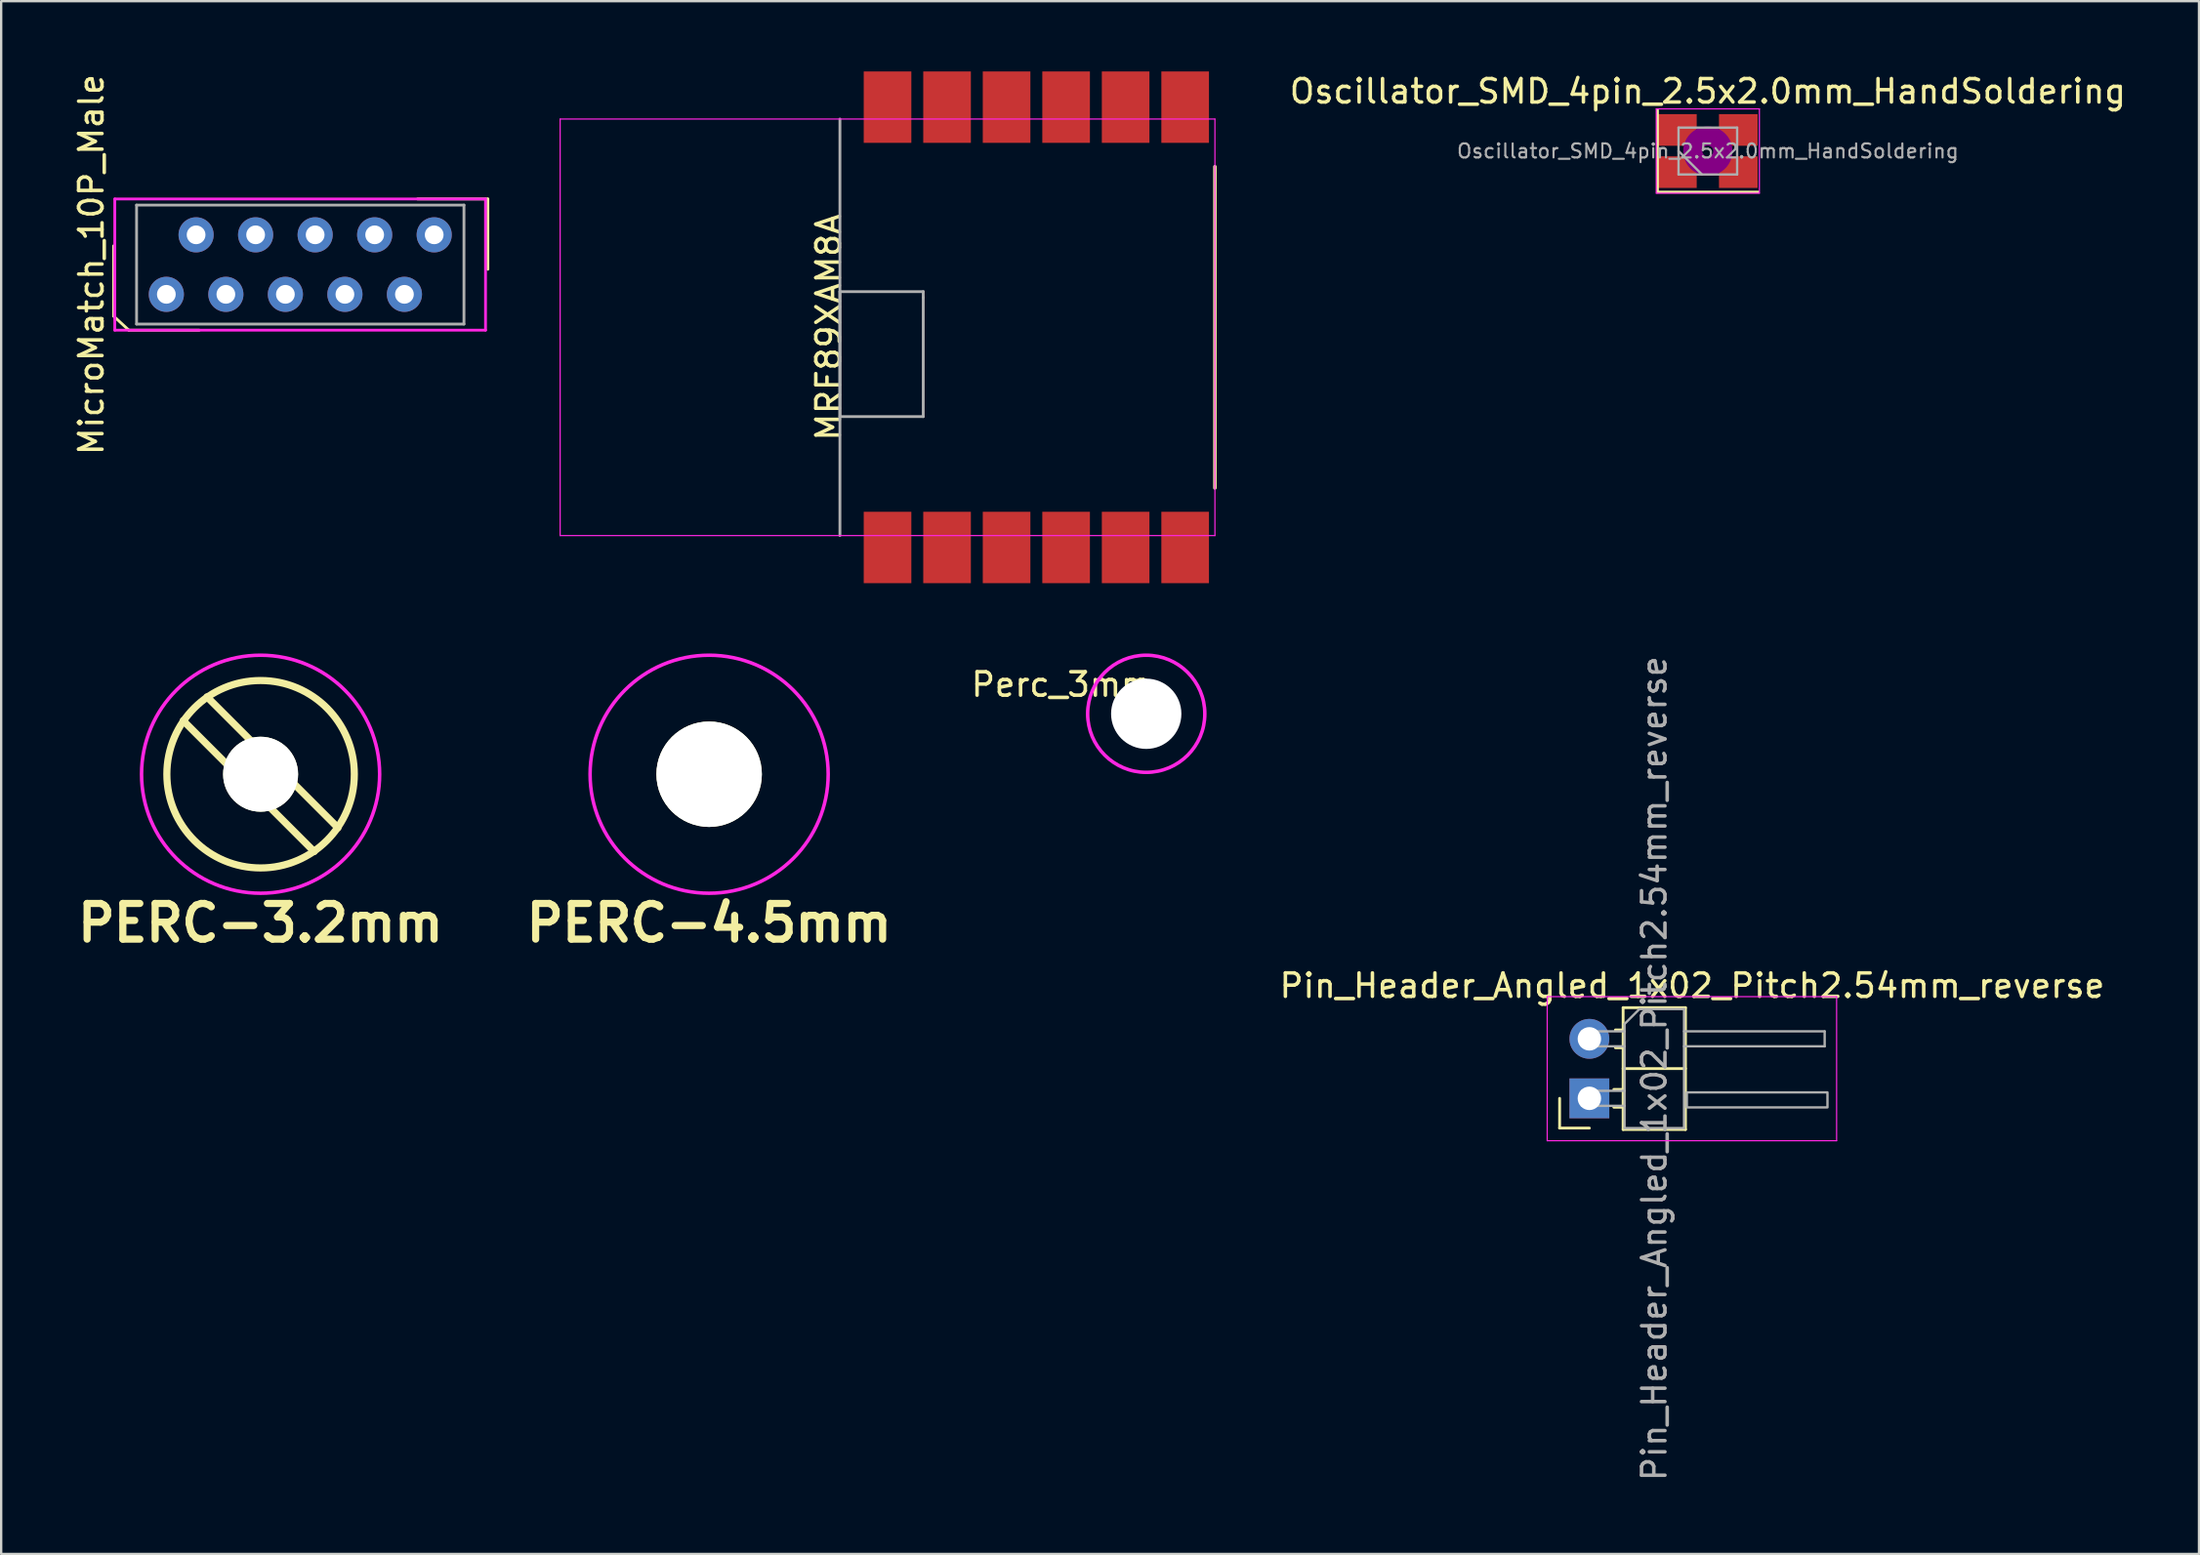
<source format=kicad_pcb>
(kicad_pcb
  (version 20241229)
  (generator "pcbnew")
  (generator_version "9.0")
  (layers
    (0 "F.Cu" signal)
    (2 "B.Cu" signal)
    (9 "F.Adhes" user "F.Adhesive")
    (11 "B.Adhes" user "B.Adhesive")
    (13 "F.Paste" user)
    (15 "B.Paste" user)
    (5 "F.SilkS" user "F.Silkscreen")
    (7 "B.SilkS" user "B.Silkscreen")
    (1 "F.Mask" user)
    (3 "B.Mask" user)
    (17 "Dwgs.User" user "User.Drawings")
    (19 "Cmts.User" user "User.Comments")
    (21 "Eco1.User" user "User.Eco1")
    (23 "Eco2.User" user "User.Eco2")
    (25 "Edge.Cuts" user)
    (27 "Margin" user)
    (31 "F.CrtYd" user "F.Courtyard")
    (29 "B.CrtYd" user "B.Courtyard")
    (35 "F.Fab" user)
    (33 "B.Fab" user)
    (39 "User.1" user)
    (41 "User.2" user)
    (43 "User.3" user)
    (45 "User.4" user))
  (footprint "Perc_3mm"
    (layer "F.Cu")
    (at 45.862 27.419)
    (property "Reference" "Perc_3mm" (at -3.6 -1.25 0) (layer "F.SilkS") (effects (font (size 1 1) (thickness 0.15))))
    (attr through_hole)
    (fp_circle (center 0 0) (end 2.5 0) (stroke (width 0.15) (type solid)) (fill no) (layer "F.CrtYd"))
    (pad "" np_thru_hole circle (at 0 0) (size 3 3) (drill 3) (layers "*.Cu" "*.Mask")))
  (footprint "PERC-3.2mm"
    (layer "F.Cu")
    (at 8.07 29.999)
    (property "Reference" "PERC-3.2mm" (at 0 6.35 0) (layer "F.SilkS") (effects (font (size 1.524 1.524) (thickness 0.305))))
    (attr through_hole)
    (fp_line (start -3.302 -2.286) (end 2.286 3.302) (stroke (width 0.305) (type solid)) (layer "F.SilkS"))
    (fp_line (start -2.286 -3.302) (end 3.302 2.286) (stroke (width 0.305) (type solid)) (layer "F.SilkS"))
    (fp_circle (center 0 0) (end 4 0) (stroke (width 0.305) (type solid)) (fill no) (layer "F.SilkS"))
    (fp_circle (center 0 0) (end 5.08 0) (stroke (width 0.15) (type solid)) (fill no) (layer "F.CrtYd"))
    (pad "" np_thru_hole circle (at 0 0) (size 3.2 3.2) (drill 3.2) (layers "*.Cu" "*.Mask" "F.SilkS")))
  (footprint "MRF89XAM8A"
    (layer "F.Cu")
    (at 41.173 10.922)
    (property "Reference" "MRF89XAM8A" (at -8.866 0 90) (layer "F.SilkS") (effects (font (size 1 1) (thickness 0.15))))
    (attr smd)
    (fp_line (start 7.62 -6.858) (end 7.62 6.858) (stroke (width 0.15) (type solid)) (layer "F.SilkS"))
    (fp_line (start -20.32 -8.89) (end -20.32 8.89) (stroke (width 0.05) (type solid)) (layer "F.CrtYd"))
    (fp_line (start -20.32 -8.89) (end 7.62 -8.89) (stroke (width 0.05) (type solid)) (layer "F.CrtYd"))
    (fp_line (start 7.62 -8.89) (end 7.62 8.89) (stroke (width 0.05) (type solid)) (layer "F.CrtYd"))
    (fp_line (start 7.62 8.89) (end -20.32 8.89) (stroke (width 0.05) (type solid)) (layer "F.CrtYd"))
    (fp_line (start -8.382 -8.89) (end -8.382 8.89) (stroke (width 0.12) (type solid)) (layer "F.Fab"))
    (fp_line (start -8.382 -1.524) (end -8.382 3.81) (stroke (width 0.12) (type solid)) (layer "F.Fab"))
    (fp_line (start -8.382 3.81) (end -4.826 3.81) (stroke (width 0.12) (type solid)) (layer "F.Fab"))
    (fp_line (start -4.826 -1.524) (end -8.382 -1.524) (stroke (width 0.12) (type solid)) (layer "F.Fab"))
    (fp_line (start -4.826 -1.27) (end -4.826 -1.524) (stroke (width 0.12) (type solid)) (layer "F.Fab"))
    (fp_line (start -4.826 3.81) (end -4.826 -1.27) (stroke (width 0.12) (type solid)) (layer "F.Fab"))
    (pad "1" smd rect (at -6.35 9.398) (size 2.032 3.048) (layers "F.Cu" "F.Mask" "F.Paste"))
    (pad "2" smd rect (at -3.81 9.398) (size 2.032 3.048) (layers "F.Cu" "F.Mask" "F.Paste"))
    (pad "3" smd rect (at -1.27 9.398) (size 2.032 3.048) (layers "F.Cu" "F.Mask" "F.Paste"))
    (pad "4" smd rect (at 1.27 9.398) (size 2.032 3.048) (layers "F.Cu" "F.Mask" "F.Paste"))
    (pad "5" smd rect (at 3.81 9.398) (size 2.032 3.048) (layers "F.Cu" "F.Mask" "F.Paste"))
    (pad "6" smd rect (at 6.35 9.398) (size 2.032 3.048) (layers "F.Cu" "F.Mask" "F.Paste"))
    (pad "7" smd rect (at 6.35 -9.398) (size 2.032 3.048) (layers "F.Cu" "F.Mask" "F.Paste"))
    (pad "8" smd rect (at 3.81 -9.398) (size 2.032 3.048) (layers "F.Cu" "F.Mask" "F.Paste"))
    (pad "9" smd rect (at 1.27 -9.398) (size 2.032 3.048) (layers "F.Cu" "F.Mask" "F.Paste"))
    (pad "10" smd rect (at -1.27 -9.398) (size 2.032 3.048) (layers "F.Cu" "F.Mask" "F.Paste"))
    (pad "11" smd rect (at -3.81 -9.398) (size 2.032 3.048) (layers "F.Cu" "F.Mask" "F.Paste"))
    (pad "12" smd rect (at -6.35 -9.398) (size 2.032 3.048) (layers "F.Cu" "F.Mask" "F.Paste")))
  (footprint "Pin_Header_Angled_1x02_Pitch2.54mm_reverse"
    (layer "F.Cu")
    (at 64.772 42.564)
    (property "Reference" "Pin_Header_Angled_1x02_Pitch2.54mm_reverse" (at 4.385 -3.54 0) (layer "F.SilkS") (effects (font (size 1 1) (thickness 0.15))))
    (attr through_hole)
    (fp_line (start -1.27 2.54) (end -1.27 1.27) (stroke (width 0.12) (type solid)) (layer "F.SilkS"))
    (fp_line (start -1.27 2.54) (end 0 2.54) (stroke (width 0.12) (type solid)) (layer "F.SilkS"))
    (fp_line (start 1.043 0.89) (end 1.44 0.89) (stroke (width 0.12) (type solid)) (layer "F.SilkS"))
    (fp_line (start 1.043 1.65) (end 1.44 1.65) (stroke (width 0.12) (type solid)) (layer "F.SilkS"))
    (fp_line (start 1.11 -1.65) (end 1.44 -1.65) (stroke (width 0.12) (type solid)) (layer "F.SilkS"))
    (fp_line (start 1.11 -0.89) (end 1.44 -0.89) (stroke (width 0.12) (type solid)) (layer "F.SilkS"))
    (fp_line (start 1.44 -2.6) (end 1.44 2.6) (stroke (width 0.12) (type solid)) (layer "F.SilkS"))
    (fp_line (start 1.44 0) (end 4.1 0) (stroke (width 0.12) (type solid)) (layer "F.SilkS"))
    (fp_line (start 1.44 2.6) (end 4.1 2.6) (stroke (width 0.12) (type solid)) (layer "F.SilkS"))
    (fp_line (start 4.1 -2.6) (end 1.44 -2.6) (stroke (width 0.12) (type solid)) (layer "F.SilkS"))
    (fp_line (start 4.1 2.6) (end 4.1 -2.6) (stroke (width 0.12) (type solid)) (layer "F.SilkS"))
    (fp_line (start -1.8 -3.07) (end -1.8 3.08) (stroke (width 0.05) (type solid)) (layer "F.CrtYd"))
    (fp_line (start -1.8 3.08) (end 10.55 3.08) (stroke (width 0.05) (type solid)) (layer "F.CrtYd"))
    (fp_line (start 10.55 -3.07) (end -1.8 -3.07) (stroke (width 0.05) (type solid)) (layer "F.CrtYd"))
    (fp_line (start 10.55 3.08) (end 10.55 -3.07) (stroke (width 0.05) (type solid)) (layer "F.CrtYd"))
    (fp_line (start -0.32 -1.59) (end -0.32 -0.95) (stroke (width 0.1) (type solid)) (layer "F.Fab"))
    (fp_line (start -0.32 -1.59) (end 1.5 -1.59) (stroke (width 0.1) (type solid)) (layer "F.Fab"))
    (fp_line (start -0.32 -0.95) (end 1.5 -0.95) (stroke (width 0.1) (type solid)) (layer "F.Fab"))
    (fp_line (start -0.32 0.95) (end -0.32 1.59) (stroke (width 0.1) (type solid)) (layer "F.Fab"))
    (fp_line (start -0.32 0.95) (end 1.5 0.95) (stroke (width 0.1) (type solid)) (layer "F.Fab"))
    (fp_line (start -0.32 1.59) (end 1.5 1.59) (stroke (width 0.1) (type solid)) (layer "F.Fab"))
    (fp_line (start 1.5 -1.905) (end 2.135 -2.54) (stroke (width 0.1) (type solid)) (layer "F.Fab"))
    (fp_line (start 1.5 2.54) (end 1.5 -1.905) (stroke (width 0.1) (type solid)) (layer "F.Fab"))
    (fp_line (start 2.135 -2.54) (end 4.04 -2.54) (stroke (width 0.1) (type solid)) (layer "F.Fab"))
    (fp_line (start 4.04 -2.54) (end 4.04 2.54) (stroke (width 0.1) (type solid)) (layer "F.Fab"))
    (fp_line (start 4.04 -1.59) (end 10.04 -1.59) (stroke (width 0.1) (type solid)) (layer "F.Fab"))
    (fp_line (start 4.04 -0.95) (end 10.04 -0.95) (stroke (width 0.1) (type solid)) (layer "F.Fab"))
    (fp_line (start 4.04 2.54) (end 1.5 2.54) (stroke (width 0.1) (type solid)) (layer "F.Fab"))
    (fp_line (start 10.04 -1.59) (end 10.04 -0.95) (stroke (width 0.1) (type solid)) (layer "F.Fab"))
    (fp_poly (pts (xy 10.16 1.016) (xy 10.16 1.656) (xy 4.16 1.656) (xy 4.16 1.016)) (stroke (width 0.1) (type solid)) (fill no) (layer "F.Fab"))
    (fp_text user "${REFERENCE}" (at 2.77 0 90) (layer "F.Fab") (effects (font (size 1 1) (thickness 0.15))))
    (pad "1" thru_hole rect (at 0 1.27) (size 1.7 1.7) (drill 1) (layers "*.Cu" "*.Mask"))
    (pad "2" thru_hole oval (at 0 -1.27) (size 1.7 1.7) (drill 1) (layers "*.Cu" "*.Mask")))
  (footprint "PERC-4.5mm"
    (layer "F.Cu")
    (at 27.21 29.999)
    (property "Reference" "PERC-4.5mm" (at 0 6.35 0) (layer "F.SilkS") (effects (font (size 1.524 1.524) (thickness 0.305))))
    (attr through_hole)
    (fp_circle (center 0 0) (end 5.08 0) (stroke (width 0.15) (type solid)) (fill no) (layer "F.CrtYd"))
    (pad "" np_thru_hole circle (at 0 0) (size 4.5 4.5) (drill 4.5) (layers "*.Cu" "*.Mask" "F.SilkS")))
  (footprint "MicroMatch_10P_Male"
    (layer "F.Cu")
    (at 9.763 8.244)
    (property "Reference" "MicroMatch_10P_Male" (at -8.915 0 90) (layer "F.SilkS") (effects (font (size 1 1) (thickness 0.15))))
    (attr through_hole)
    (fp_line (start -7.965 2.2) (end -7.965 -0.8) (stroke (width 0.12) (type solid)) (layer "F.SilkS"))
    (fp_line (start -7.315 2.8) (end -7.965 2.2) (stroke (width 0.12) (type solid)) (layer "F.SilkS"))
    (fp_line (start -7.315 2.8) (end -4.315 2.8) (stroke (width 0.12) (type solid)) (layer "F.SilkS"))
    (fp_line (start 5.005 -2.8) (end 8.005 -2.8) (stroke (width 0.12) (type solid)) (layer "F.SilkS"))
    (fp_line (start 8.005 0.2) (end 8.005 -2.8) (stroke (width 0.12) (type solid)) (layer "F.SilkS"))
    (fp_line (start -7.915 -2.8) (end -7.915 2.8) (stroke (width 0.12) (type solid)) (layer "F.CrtYd"))
    (fp_line (start -7.915 2.8) (end 7.905 2.8) (stroke (width 0.12) (type solid)) (layer "F.CrtYd"))
    (fp_line (start 7.905 -2.8) (end -7.915 -2.8) (stroke (width 0.12) (type solid)) (layer "F.CrtYd"))
    (fp_line (start 7.905 2.8) (end 7.905 -2.8) (stroke (width 0.12) (type solid)) (layer "F.CrtYd"))
    (fp_line (start -6.985 -2.54) (end 6.985 -2.54) (stroke (width 0.12) (type solid)) (layer "F.Fab"))
    (fp_line (start -6.985 2.54) (end -6.985 -2.54) (stroke (width 0.12) (type solid)) (layer "F.Fab"))
    (fp_line (start 6.985 -2.54) (end 6.985 2.54) (stroke (width 0.12) (type solid)) (layer "F.Fab"))
    (fp_line (start 6.985 2.54) (end -6.985 2.54) (stroke (width 0.12) (type solid)) (layer "F.Fab"))
    (pad "1" thru_hole circle (at -5.715 1.27 90) (size 1.5 1.5) (drill 0.8) (layers "*.Cu" "*.Mask"))
    (pad "2" thru_hole circle (at -4.445 -1.27 90) (size 1.5 1.5) (drill 0.8) (layers "*.Cu" "*.Mask"))
    (pad "3" thru_hole circle (at -3.175 1.27 90) (size 1.5 1.5) (drill 0.8) (layers "*.Cu" "*.Mask"))
    (pad "4" thru_hole circle (at -1.905 -1.27 90) (size 1.5 1.5) (drill 0.8) (layers "*.Cu" "*.Mask"))
    (pad "5" thru_hole circle (at -0.635 1.27 90) (size 1.5 1.5) (drill 0.8) (layers "*.Cu" "*.Mask"))
    (pad "6" thru_hole circle (at 0.635 -1.27 90) (size 1.5 1.5) (drill 0.8) (layers "*.Cu" "*.Mask"))
    (pad "7" thru_hole circle (at 1.905 1.27 90) (size 1.5 1.5) (drill 0.8) (layers "*.Cu" "*.Mask"))
    (pad "8" thru_hole circle (at 3.175 -1.27 90) (size 1.5 1.5) (drill 0.8) (layers "*.Cu" "*.Mask"))
    (pad "9" thru_hole circle (at 4.445 1.27 90) (size 1.5 1.5) (drill 0.8) (layers "*.Cu" "*.Mask"))
    (pad "10" thru_hole circle (at 5.715 -1.27 90) (size 1.5 1.5) (drill 0.8) (layers "*.Cu" "*.Mask")))
  (footprint "Oscillator_SMD_4pin_2.5x2.0mm_HandSoldering"
    (layer "F.Cu")
    (at 69.827 3.398)
    (property "Reference" "Oscillator_SMD_4pin_2.5x2.0mm_HandSoldering" (at 0 -2.55 0) (layer "F.SilkS") (effects (font (size 1 1) (thickness 0.15))))
    (attr smd)
    (fp_line (start -2.15 -1.75) (end -2.15 1.75) (stroke (width 0.12) (type solid)) (layer "F.SilkS"))
    (fp_line (start -2.15 1.75) (end 2.15 1.75) (stroke (width 0.12) (type solid)) (layer "F.SilkS"))
    (fp_circle (center 0 0) (end 0.233 0) (stroke (width 0.467) (type solid)) (fill no) (layer "F.Adhes"))
    (fp_circle (center 0 0) (end 0.533 0) (stroke (width 0.333) (type solid)) (fill no) (layer "F.Adhes"))
    (fp_circle (center 0 0) (end 0.833 0) (stroke (width 0.333) (type solid)) (fill no) (layer "F.Adhes"))
    (fp_circle (center 0 0) (end 1 0) (stroke (width 0.1) (type solid)) (fill no) (layer "F.Adhes"))
    (fp_line (start -2.2 -1.8) (end -2.2 1.8) (stroke (width 0.05) (type solid)) (layer "F.CrtYd"))
    (fp_line (start -2.2 1.8) (end 2.2 1.8) (stroke (width 0.05) (type solid)) (layer "F.CrtYd"))
    (fp_line (start 2.2 -1.8) (end -2.2 -1.8) (stroke (width 0.05) (type solid)) (layer "F.CrtYd"))
    (fp_line (start 2.2 1.8) (end 2.2 -1.8) (stroke (width 0.05) (type solid)) (layer "F.CrtYd"))
    (fp_line (start -1.25 -1) (end -1.25 1) (stroke (width 0.1) (type solid)) (layer "F.Fab"))
    (fp_line (start -1.25 0) (end -0.25 1) (stroke (width 0.1) (type solid)) (layer "F.Fab"))
    (fp_line (start -1.25 1) (end 1.25 1) (stroke (width 0.1) (type solid)) (layer "F.Fab"))
    (fp_line (start 1.25 -1) (end -1.25 -1) (stroke (width 0.1) (type solid)) (layer "F.Fab"))
    (fp_line (start 1.25 1) (end 1.25 -1) (stroke (width 0.1) (type solid)) (layer "F.Fab"))
    (fp_text user "${REFERENCE}" (at 0 0 0) (layer "F.Fab") (effects (font (size 0.6 0.6) (thickness 0.09))))
    (pad "1" smd rect (at -1.3 0.9) (size 1.65 1.35) (layers "F.Cu" "F.Mask" "F.Paste"))
    (pad "2" smd rect (at 1.3 0.9) (size 1.65 1.35) (layers "F.Cu" "F.Mask" "F.Paste"))
    (pad "3" smd rect (at 1.3 -0.9) (size 1.65 1.35) (layers "F.Cu" "F.Mask" "F.Paste"))
    (pad "4" smd rect (at -1.3 -0.9) (size 1.65 1.35) (layers "F.Cu" "F.Mask" "F.Paste")))
  (gr_rect
    (start -3 -3)
    (end 90.785 63.284)
    (stroke (width 0.1) (type default))
    (fill no)
    (layer "Edge.Cuts")))
</source>
